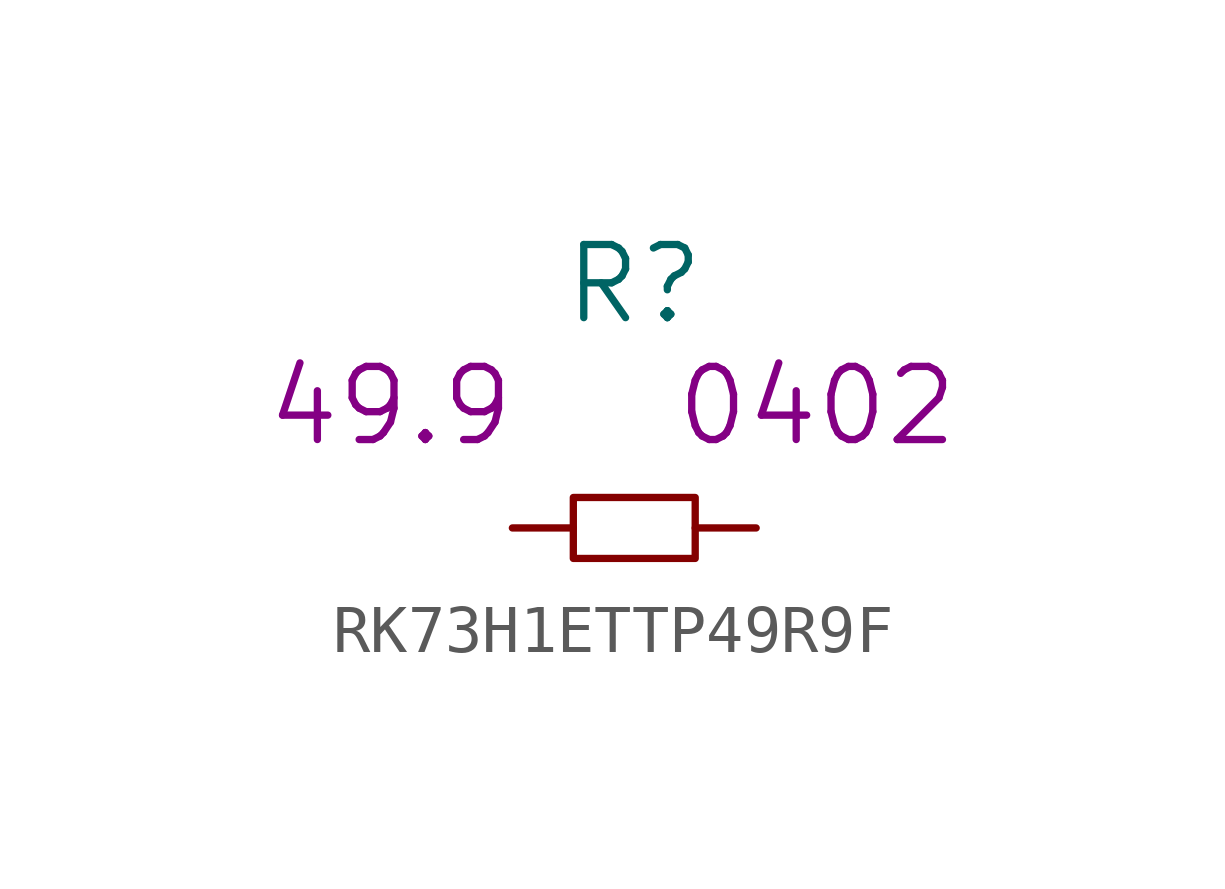
<source format=kicad_sym>
(kicad_symbol_lib
  (version 20220914)
  (generator kicad_symbol_editor)
  (symbol "RK73H1ETTP49R9F"
    (pin_numbers hide)
    (pin_names
      (offset 1.016) hide)
    (property "Reference" "R"
      (at 0 5.08 0)
      (effects (font (size 1.524 1.524))))
    (property "Datasheet" ""
      (at 0 5.08 0)
      (effects (font (size 1.524 1.524))))
    (property "Value2" "49.9"
      (at -5.08 2.54 0)
      (effects (font (size 1.524 1.524))))
    (property "Size" "0402"
      (at 3.81 2.54 0)
      (effects (font (size 1.524 1.524))))
    (symbol "RK73H1ETTP49R9F_0_1"
      (rectangle (start -1.27 0.635) (end 1.27 -0.635) (stroke (width 0) (type solid)) (fill (type none))))
    (symbol "RK73H1ETTP49R9F_1_1"
      (pin passive line (at -2.54 0 0) (length 1.27) (name "1" (effects (font (size 1.27 1.27)))) (number "1" (effects (font (size 1.27 1.27)))))
      (pin passive line (at 2.54 0 180) (length 1.27) (name "2" (effects (font (size 1.27 1.27)))) (number "2" (effects (font (size 1.27 1.27))))))))
</source>
